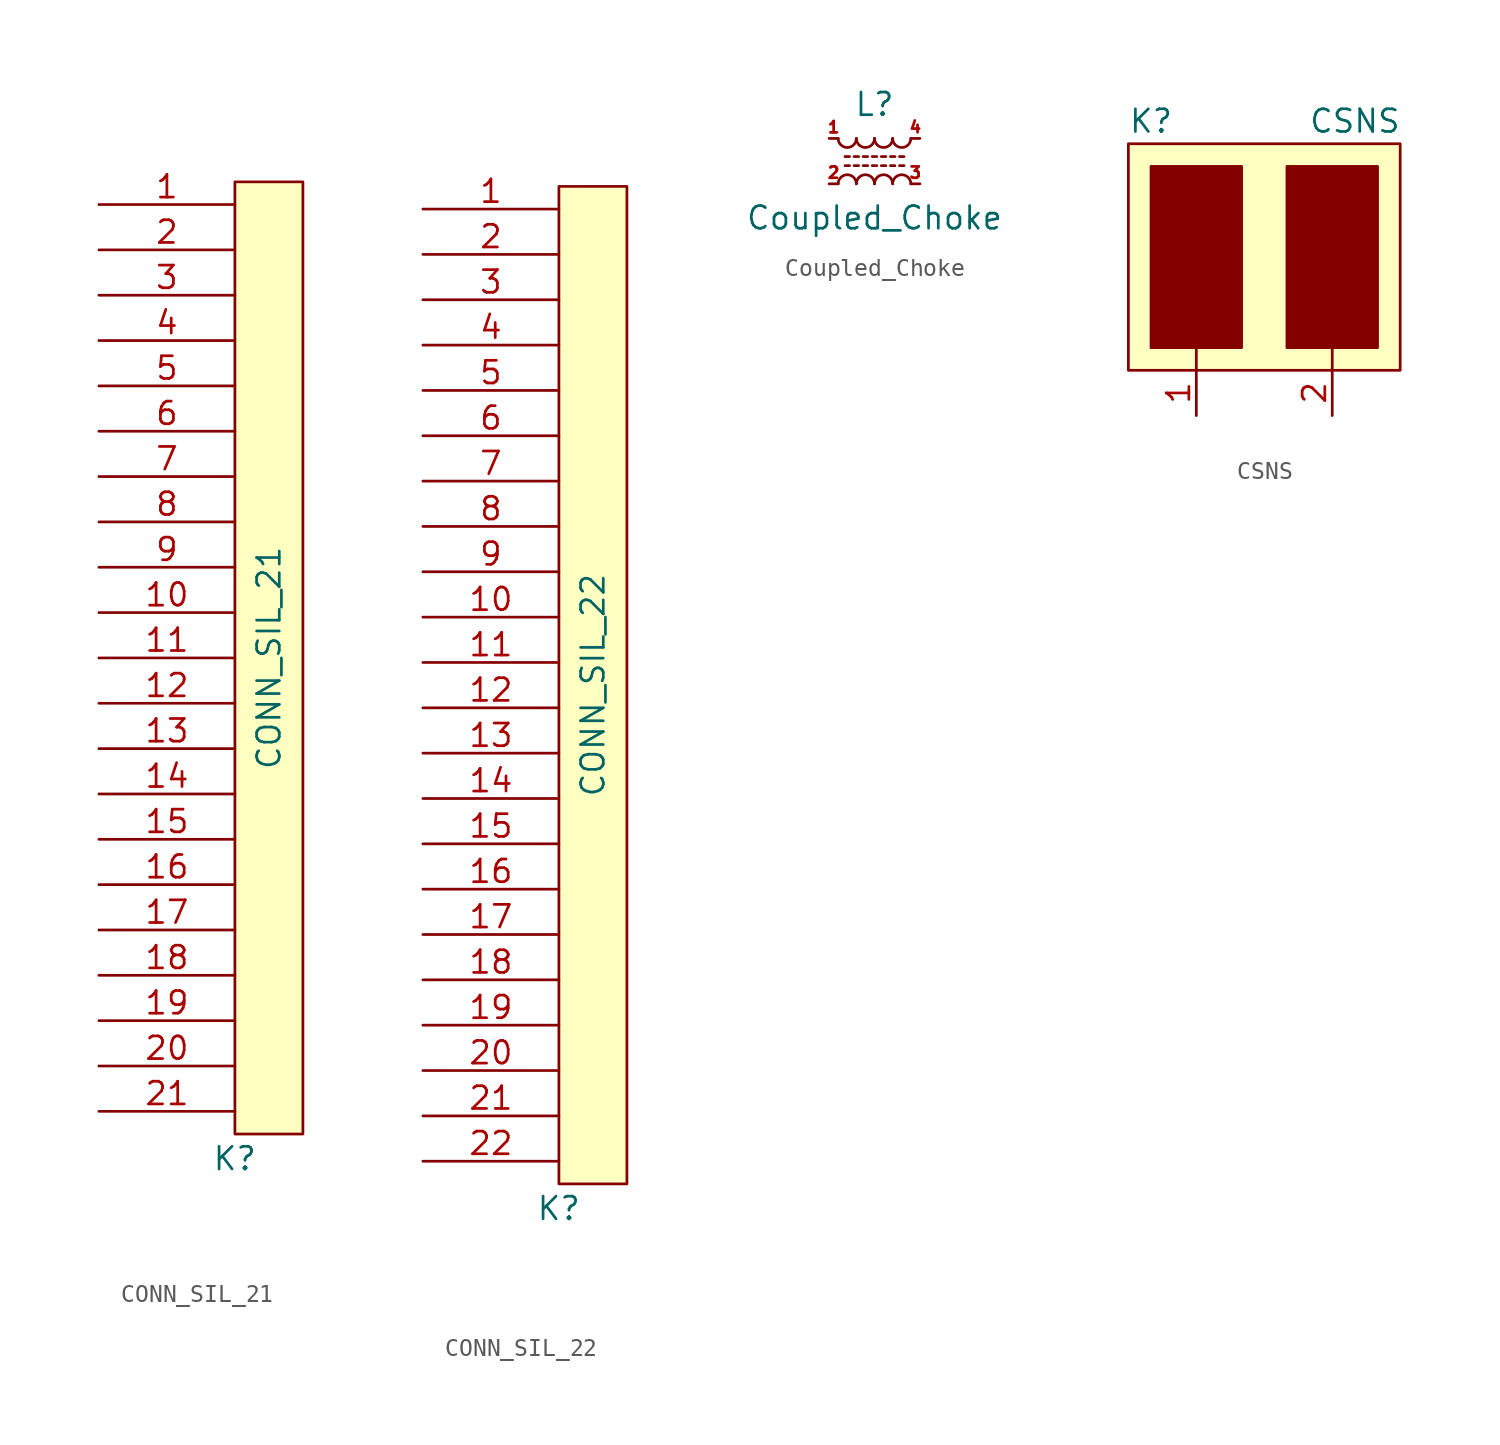
<source format=kicad_sym>
(kicad_symbol_lib
  (version 20211014)
  (generator kicad_symbol_editor)
  (symbol "CONN_SIL_21"
    (pin_names
      (offset 1.016) hide)
    (property "Reference" "K"
      (at 1.27 -47.625 0)
      (effects (font (size 1.27 1.27)) (justify right top)))
    (property "Value" "CONN_SIL_21"
      (at 1.905 -20.32 90)
      (effects (font (size 1.27 1.27))))
    (symbol "CONN_SIL_21_0_1"
      (rectangle (start 0 6.35) (end 3.81 -46.99) (stroke (width 0) (type default) (color 0 0 0 0)) (fill (type background))))
    (symbol "CONN_SIL_21_1_1"
      (pin passive line (at -7.62 5.08 0) (length 7.62) (name "~" (effects (font (size 1.27 1.27)))) (number "1" (effects (font (size 1.27 1.27)))))
      (pin passive line (at -7.62 -17.78 0) (length 7.62) (name "~" (effects (font (size 1.27 1.27)))) (number "10" (effects (font (size 1.27 1.27)))))
      (pin passive line (at -7.62 -20.32 0) (length 7.62) (name "~" (effects (font (size 1.27 1.27)))) (number "11" (effects (font (size 1.27 1.27)))))
      (pin passive line (at -7.62 -22.86 0) (length 7.62) (name "~" (effects (font (size 1.27 1.27)))) (number "12" (effects (font (size 1.27 1.27)))))
      (pin passive line (at -7.62 -25.4 0) (length 7.62) (name "~" (effects (font (size 1.27 1.27)))) (number "13" (effects (font (size 1.27 1.27)))))
      (pin passive line (at -7.62 -27.94 0) (length 7.62) (name "~" (effects (font (size 1.27 1.27)))) (number "14" (effects (font (size 1.27 1.27)))))
      (pin passive line (at -7.62 -30.48 0) (length 7.62) (name "~" (effects (font (size 1.27 1.27)))) (number "15" (effects (font (size 1.27 1.27)))))
      (pin passive line (at -7.62 -33.02 0) (length 7.62) (name "~" (effects (font (size 1.27 1.27)))) (number "16" (effects (font (size 1.27 1.27)))))
      (pin passive line (at -7.62 -35.56 0) (length 7.62) (name "~" (effects (font (size 1.27 1.27)))) (number "17" (effects (font (size 1.27 1.27)))))
      (pin passive line (at -7.62 -38.1 0) (length 7.62) (name "~" (effects (font (size 1.27 1.27)))) (number "18" (effects (font (size 1.27 1.27)))))
      (pin passive line (at -7.62 -40.64 0) (length 7.62) (name "~" (effects (font (size 1.27 1.27)))) (number "19" (effects (font (size 1.27 1.27)))))
      (pin passive line (at -7.62 2.54 0) (length 7.62) (name "~" (effects (font (size 1.27 1.27)))) (number "2" (effects (font (size 1.27 1.27)))))
      (pin passive line (at -7.62 -43.18 0) (length 7.62) (name "~" (effects (font (size 1.27 1.27)))) (number "20" (effects (font (size 1.27 1.27)))))
      (pin passive line (at -7.62 -45.72 0) (length 7.62) (name "~" (effects (font (size 1.27 1.27)))) (number "21" (effects (font (size 1.27 1.27)))))
      (pin passive line (at -7.62 0 0) (length 7.62) (name "~" (effects (font (size 1.27 1.27)))) (number "3" (effects (font (size 1.27 1.27)))))
      (pin passive line (at -7.62 -2.54 0) (length 7.62) (name "~" (effects (font (size 1.27 1.27)))) (number "4" (effects (font (size 1.27 1.27)))))
      (pin passive line (at -7.62 -5.08 0) (length 7.62) (name "~" (effects (font (size 1.27 1.27)))) (number "5" (effects (font (size 1.27 1.27)))))
      (pin passive line (at -7.62 -7.62 0) (length 7.62) (name "~" (effects (font (size 1.27 1.27)))) (number "6" (effects (font (size 1.27 1.27)))))
      (pin passive line (at -7.62 -10.16 0) (length 7.62) (name "~" (effects (font (size 1.27 1.27)))) (number "7" (effects (font (size 1.27 1.27)))))
      (pin passive line (at -7.62 -12.7 0) (length 7.62) (name "~" (effects (font (size 1.27 1.27)))) (number "8" (effects (font (size 1.27 1.27)))))
      (pin passive line (at -7.62 -15.24 0) (length 7.62) (name "~" (effects (font (size 1.27 1.27)))) (number "9" (effects (font (size 1.27 1.27)))))))
  (symbol "CONN_SIL_22"
    (pin_names
      (offset 1.016) hide)
    (property "Reference" "K"
      (at 1.27 -47.625 0)
      (effects (font (size 1.27 1.27)) (justify right top)))
    (property "Value" "CONN_SIL_22"
      (at 1.905 -19.05 90)
      (effects (font (size 1.27 1.27))))
    (symbol "CONN_SIL_22_0_1"
      (rectangle (start 0 8.89) (end 3.81 -46.99) (stroke (width 0) (type default) (color 0 0 0 0)) (fill (type background))))
    (symbol "CONN_SIL_22_1_1"
      (pin passive line (at -7.62 7.62 0) (length 7.62) (name "~" (effects (font (size 1.27 1.27)))) (number "1" (effects (font (size 1.27 1.27)))))
      (pin passive line (at -7.62 -15.24 0) (length 7.62) (name "~" (effects (font (size 1.27 1.27)))) (number "10" (effects (font (size 1.27 1.27)))))
      (pin passive line (at -7.62 -17.78 0) (length 7.62) (name "~" (effects (font (size 1.27 1.27)))) (number "11" (effects (font (size 1.27 1.27)))))
      (pin passive line (at -7.62 -20.32 0) (length 7.62) (name "~" (effects (font (size 1.27 1.27)))) (number "12" (effects (font (size 1.27 1.27)))))
      (pin passive line (at -7.62 -22.86 0) (length 7.62) (name "~" (effects (font (size 1.27 1.27)))) (number "13" (effects (font (size 1.27 1.27)))))
      (pin passive line (at -7.62 -25.4 0) (length 7.62) (name "~" (effects (font (size 1.27 1.27)))) (number "14" (effects (font (size 1.27 1.27)))))
      (pin passive line (at -7.62 -27.94 0) (length 7.62) (name "~" (effects (font (size 1.27 1.27)))) (number "15" (effects (font (size 1.27 1.27)))))
      (pin input line (at -7.62 -30.48 0) (length 7.62) (name "~" (effects (font (size 1.27 1.27)))) (number "16" (effects (font (size 1.27 1.27)))))
      (pin input line (at -7.62 -33.02 0) (length 7.62) (name "~" (effects (font (size 1.27 1.27)))) (number "17" (effects (font (size 1.27 1.27)))))
      (pin input line (at -7.62 -35.56 0) (length 7.62) (name "~" (effects (font (size 1.27 1.27)))) (number "18" (effects (font (size 1.27 1.27)))))
      (pin input line (at -7.62 -38.1 0) (length 7.62) (name "~" (effects (font (size 1.27 1.27)))) (number "19" (effects (font (size 1.27 1.27)))))
      (pin passive line (at -7.62 5.08 0) (length 7.62) (name "~" (effects (font (size 1.27 1.27)))) (number "2" (effects (font (size 1.27 1.27)))))
      (pin input line (at -7.62 -40.64 0) (length 7.62) (name "~" (effects (font (size 1.27 1.27)))) (number "20" (effects (font (size 1.27 1.27)))))
      (pin input line (at -7.62 -43.18 0) (length 7.62) (name "~" (effects (font (size 1.27 1.27)))) (number "21" (effects (font (size 1.27 1.27)))))
      (pin input line (at -7.62 -45.72 0) (length 7.62) (name "~" (effects (font (size 1.27 1.27)))) (number "22" (effects (font (size 1.27 1.27)))))
      (pin passive line (at -7.62 2.54 0) (length 7.62) (name "~" (effects (font (size 1.27 1.27)))) (number "3" (effects (font (size 1.27 1.27)))))
      (pin passive line (at -7.62 0 0) (length 7.62) (name "~" (effects (font (size 1.27 1.27)))) (number "4" (effects (font (size 1.27 1.27)))))
      (pin passive line (at -7.62 -2.54 0) (length 7.62) (name "~" (effects (font (size 1.27 1.27)))) (number "5" (effects (font (size 1.27 1.27)))))
      (pin passive line (at -7.62 -5.08 0) (length 7.62) (name "~" (effects (font (size 1.27 1.27)))) (number "6" (effects (font (size 1.27 1.27)))))
      (pin passive line (at -7.62 -7.62 0) (length 7.62) (name "~" (effects (font (size 1.27 1.27)))) (number "7" (effects (font (size 1.27 1.27)))))
      (pin passive line (at -7.62 -10.16 0) (length 7.62) (name "~" (effects (font (size 1.27 1.27)))) (number "8" (effects (font (size 1.27 1.27)))))
      (pin passive line (at -7.62 -12.7 0) (length 7.62) (name "~" (effects (font (size 1.27 1.27)))) (number "9" (effects (font (size 1.27 1.27)))))))
  (symbol "Coupled_Choke"
    (pin_names
      (offset 0.254) hide)
    (property "Reference" "L"
      (at 0 3.175 0)
      (effects (font (size 1.27 1.27))))
    (property "Value" "Coupled_Choke"
      (at 0 -3.175 0)
      (effects (font (size 1.27 1.27))))
    (symbol "Coupled_Choke_0_1"
      (arc (start -2.032 1.27) (mid -1.524 0.762) (end -1.016 1.27) (stroke (width 0) (type default) (color 0 0 0 0)) (fill (type none)))
      (arc (start -1.016 -1.27) (mid -1.524 -0.762) (end -2.032 -1.27) (stroke (width 0) (type default) (color 0 0 0 0)) (fill (type none)))
      (arc (start -1.016 1.27) (mid -0.508 0.762) (end 0 1.27) (stroke (width 0) (type default) (color 0 0 0 0)) (fill (type none)))
      (arc (start 0 -1.27) (mid -0.508 -0.762) (end -1.016 -1.27) (stroke (width 0) (type default) (color 0 0 0 0)) (fill (type none)))
      (polyline (pts (xy -1.651 0.254) (xy -1.397 0.254)) (stroke (width 0) (type default) (color 0 0 0 0)) (fill (type none)))
      (polyline (pts (xy -1.397 -0.254) (xy -1.651 -0.254)) (stroke (width 0) (type default) (color 0 0 0 0)) (fill (type none)))
      (polyline (pts (xy -1.143 0.254) (xy -0.889 0.254)) (stroke (width 0) (type default) (color 0 0 0 0)) (fill (type none)))
      (polyline (pts (xy -0.889 -0.254) (xy -1.143 -0.254)) (stroke (width 0) (type default) (color 0 0 0 0)) (fill (type none)))
      (polyline (pts (xy -0.635 0.254) (xy -0.381 0.254)) (stroke (width 0) (type default) (color 0 0 0 0)) (fill (type none)))
      (polyline (pts (xy -0.381 -0.254) (xy -0.635 -0.254)) (stroke (width 0) (type default) (color 0 0 0 0)) (fill (type none)))
      (polyline (pts (xy -0.127 0.254) (xy 0.127 0.254)) (stroke (width 0) (type default) (color 0 0 0 0)) (fill (type none)))
      (polyline (pts (xy 0.127 -0.254) (xy -0.127 -0.254)) (stroke (width 0) (type default) (color 0 0 0 0)) (fill (type none)))
      (polyline (pts (xy 0.381 0.254) (xy 0.635 0.254)) (stroke (width 0) (type default) (color 0 0 0 0)) (fill (type none)))
      (polyline (pts (xy 0.635 -0.254) (xy 0.381 -0.254)) (stroke (width 0) (type default) (color 0 0 0 0)) (fill (type none)))
      (polyline (pts (xy 0.889 0.254) (xy 1.143 0.254)) (stroke (width 0) (type default) (color 0 0 0 0)) (fill (type none)))
      (polyline (pts (xy 1.143 -0.254) (xy 0.889 -0.254)) (stroke (width 0) (type default) (color 0 0 0 0)) (fill (type none)))
      (polyline (pts (xy 1.397 0.254) (xy 1.651 0.254)) (stroke (width 0) (type default) (color 0 0 0 0)) (fill (type none)))
      (polyline (pts (xy 1.651 -0.254) (xy 1.397 -0.254)) (stroke (width 0) (type default) (color 0 0 0 0)) (fill (type none)))
      (arc (start 0 1.27) (mid 0.508 0.762) (end 1.016 1.27) (stroke (width 0) (type default) (color 0 0 0 0)) (fill (type none)))
      (arc (start 1.016 -1.27) (mid 0.508 -0.762) (end 0 -1.27) (stroke (width 0) (type default) (color 0 0 0 0)) (fill (type none)))
      (arc (start 1.016 1.27) (mid 1.524 0.762) (end 2.032 1.27) (stroke (width 0) (type default) (color 0 0 0 0)) (fill (type none)))
      (arc (start 2.032 -1.27) (mid 1.524 -0.762) (end 1.016 -1.27) (stroke (width 0) (type default) (color 0 0 0 0)) (fill (type none))))
    (symbol "Coupled_Choke_1_1"
      (pin passive line (at -2.54 1.27 0) (length 0.508) (name "1" (effects (font (size 0.635 0.635)))) (number "1" (effects (font (size 0.635 0.635)))))
      (pin passive line (at -2.54 -1.27 0) (length 0.508) (name "3" (effects (font (size 0.635 0.635)))) (number "2" (effects (font (size 0.635 0.635)))))
      (pin passive line (at 2.54 -1.27 180) (length 0.508) (name "3" (effects (font (size 0.635 0.635)))) (number "3" (effects (font (size 0.635 0.635)))))
      (pin passive line (at 2.54 1.27 180) (length 0.508) (name "4" (effects (font (size 0.635 0.635)))) (number "4" (effects (font (size 0.635 0.635)))))))
  (symbol "CSNS"
    (pin_names
      (offset 1.016))
    (property "Reference" "K"
      (at -6.35 7.62 0)
      (effects (font (size 1.27 1.27))))
    (property "Value" "CSNS"
      (at 5.08 7.62 0)
      (effects (font (size 1.27 1.27))))
    (symbol "CSNS_0_1"
      (rectangle (start -7.62 6.35) (end 7.62 -6.35) (stroke (width 0) (type default) (color 0 0 0 0)) (fill (type background)))
      (rectangle (start -1.27 5.08) (end -6.35 -5.08) (stroke (width 0) (type default) (color 0 0 0 0)) (fill (type outline)))
      (polyline (pts (xy -3.81 -6.35) (xy -3.81 -5.08)) (stroke (width 0) (type default) (color 0 0 0 0)) (fill (type none)))
      (polyline (pts (xy 3.81 -6.35) (xy 3.81 -5.08)) (stroke (width 0) (type default) (color 0 0 0 0)) (fill (type none)))
      (rectangle (start 1.27 5.08) (end 6.35 -5.08) (stroke (width 0) (type default) (color 0 0 0 0)) (fill (type outline))))
    (symbol "CSNS_1_1"
      (pin input line (at -3.81 -8.89 90) (length 2.54) (name "~" (effects (font (size 1.27 1.27)))) (number "1" (effects (font (size 1.27 1.27)))))
      (pin input line (at 3.81 -8.89 90) (length 2.54) (name "~" (effects (font (size 1.27 1.27)))) (number "2" (effects (font (size 1.27 1.27))))))))
</source>
